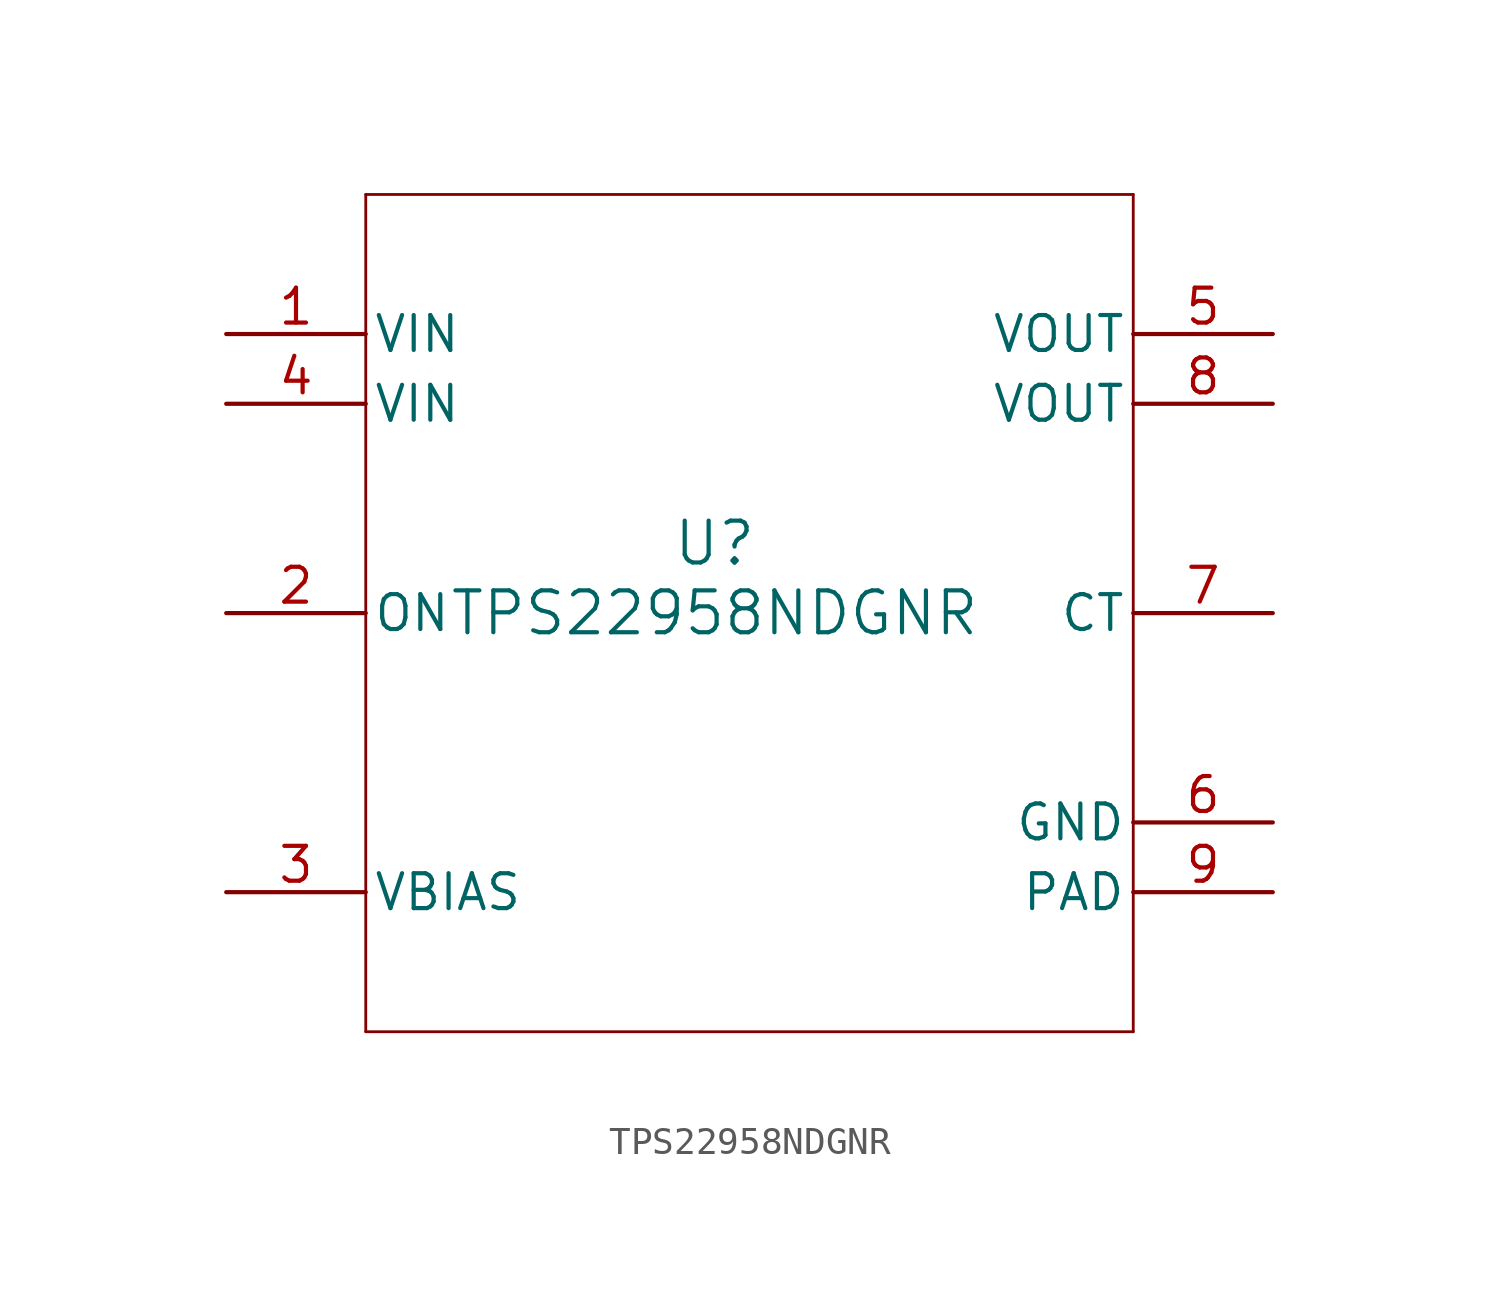
<source format=kicad_sym>
(kicad_symbol_lib
  (version 20211014)
  (generator kicad_symbol_editor)
  (symbol "TPS22958NDGNR"
    (pin_names
      (offset 0.254))
    (property "Reference" "U"
      (at 0 2.54 0)
      (effects (font (size 1.524 1.524))))
    (property "Value" "TPS22958NDGNR"
      (at 0 0 0)
      (effects (font (size 1.524 1.524))))
    (symbol "TPS22958NDGNR_0_1"
      (polyline (pts (xy -12.7 -15.24) (xy 15.24 -15.24)) (stroke (width 0.102) (type default) (color 0 0 0 0)) (fill (type none)))
      (polyline (pts (xy 15.24 -15.24) (xy 15.24 15.24)) (stroke (width 0.102) (type default) (color 0 0 0 0)) (fill (type none)))
      (polyline (pts (xy 15.24 15.24) (xy -12.7 15.24)) (stroke (width 0.102) (type default) (color 0 0 0 0)) (fill (type none)))
      (polyline (pts (xy -12.7 15.24) (xy -12.7 -15.24)) (stroke (width 0.102) (type default) (color 0 0 0 0)) (fill (type none)))
      (pin power_in line (at -17.78 10.16 0) (length 5.08) (name "VIN" (effects (font (size 1.27 1.27)))) (number "1" (effects (font (size 1.27 1.27)))))
      (pin input line (at -17.78 0 0) (length 5.08) (name "ON" (effects (font (size 1.27 1.27)))) (number "2" (effects (font (size 1.27 1.27)))))
      (pin input line (at -17.78 -10.16 0) (length 5.08) (name "VBIAS" (effects (font (size 1.27 1.27)))) (number "3" (effects (font (size 1.27 1.27)))))
      (pin power_in line (at -17.78 7.62 0) (length 5.08) (name "VIN" (effects (font (size 1.27 1.27)))) (number "4" (effects (font (size 1.27 1.27)))))
      (pin power_in line (at 20.32 10.16 180) (length 5.08) (name "VOUT" (effects (font (size 1.27 1.27)))) (number "5" (effects (font (size 1.27 1.27)))))
      (pin power_in line (at 20.32 -7.62 180) (length 5.08) (name "GND" (effects (font (size 1.27 1.27)))) (number "6" (effects (font (size 1.27 1.27)))))
      (pin output line (at 20.32 0 180) (length 5.08) (name "CT" (effects (font (size 1.27 1.27)))) (number "7" (effects (font (size 1.27 1.27)))))
      (pin power_in line (at 20.32 7.62 180) (length 5.08) (name "VOUT" (effects (font (size 1.27 1.27)))) (number "8" (effects (font (size 1.27 1.27)))))
      (pin power_in line (at 20.32 -10.16 180) (length 5.08) (name "PAD" (effects (font (size 1.27 1.27)))) (number "9" (effects (font (size 1.27 1.27))))))))
</source>
